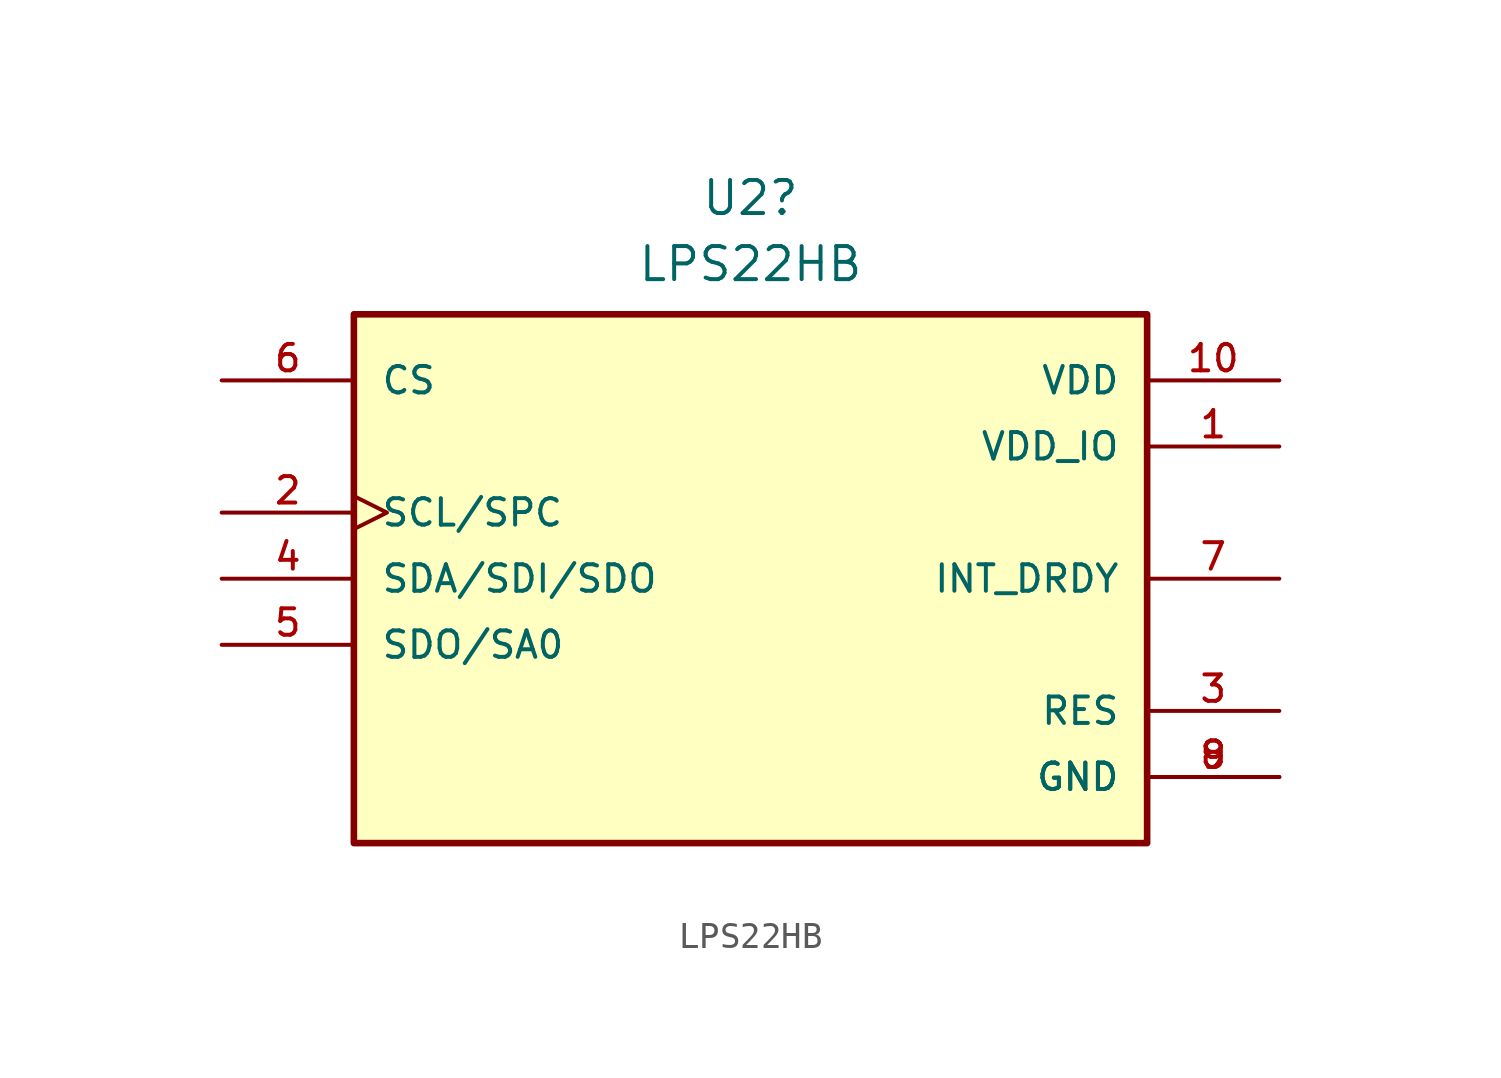
<source format=kicad_sym>
(kicad_symbol_lib
  (version 20231120)
  (generator "kicad_symbol_editor")
  (generator_version "8.0")
  (symbol "LPS22HB"
    (pin_names
      (offset 1.016))
    (property "Reference" "U2"
      (at 0 14.63 0)
      (effects (font (size 1.27 1.27))))
    (property "Value" "LPS22HB"
      (at 0 12.09 0)
      (effects (font (size 1.27 1.27))))
    (symbol "LPS22HB_0_0"
      (rectangle (start -15.24 -10.16) (end 15.24 10.16) (stroke (width 0.254) (type default)) (fill (type background)))
      (pin power_in line (at 20.32 5.08 180) (length 5.08) (name "VDD_IO" (effects (font (size 1.016 1.016)))) (number "1" (effects (font (size 1.016 1.016)))))
      (pin power_in line (at 20.32 7.62 180) (length 5.08) (name "VDD" (effects (font (size 1.016 1.016)))) (number "10" (effects (font (size 1.016 1.016)))))
      (pin input clock (at -20.32 2.54 0) (length 5.08) (name "SCL/SPC" (effects (font (size 1.016 1.016)))) (number "2" (effects (font (size 1.016 1.016)))))
      (pin power_in line (at 20.32 -5.08 180) (length 5.08) (name "RES" (effects (font (size 1.016 1.016)))) (number "3" (effects (font (size 1.016 1.016)))))
      (pin bidirectional line (at -20.32 0 0) (length 5.08) (name "SDA/SDI/SDO" (effects (font (size 1.016 1.016)))) (number "4" (effects (font (size 1.016 1.016)))))
      (pin bidirectional line (at -20.32 -2.54 0) (length 5.08) (name "SDO/SA0" (effects (font (size 1.016 1.016)))) (number "5" (effects (font (size 1.016 1.016)))))
      (pin input line (at -20.32 7.62 0) (length 5.08) (name "CS" (effects (font (size 1.016 1.016)))) (number "6" (effects (font (size 1.016 1.016)))))
      (pin output line (at 20.32 0 180) (length 5.08) (name "INT_DRDY" (effects (font (size 1.016 1.016)))) (number "7" (effects (font (size 1.016 1.016)))))
      (pin power_in line (at 20.32 -7.62 180) (length 5.08) (name "GND" (effects (font (size 1.016 1.016)))) (number "8" (effects (font (size 1.016 1.016)))))
      (pin power_in line (at 20.32 -7.62 180) (length 5.08) (name "GND" (effects (font (size 1.016 1.016)))) (number "9" (effects (font (size 1.016 1.016))))))))
</source>
